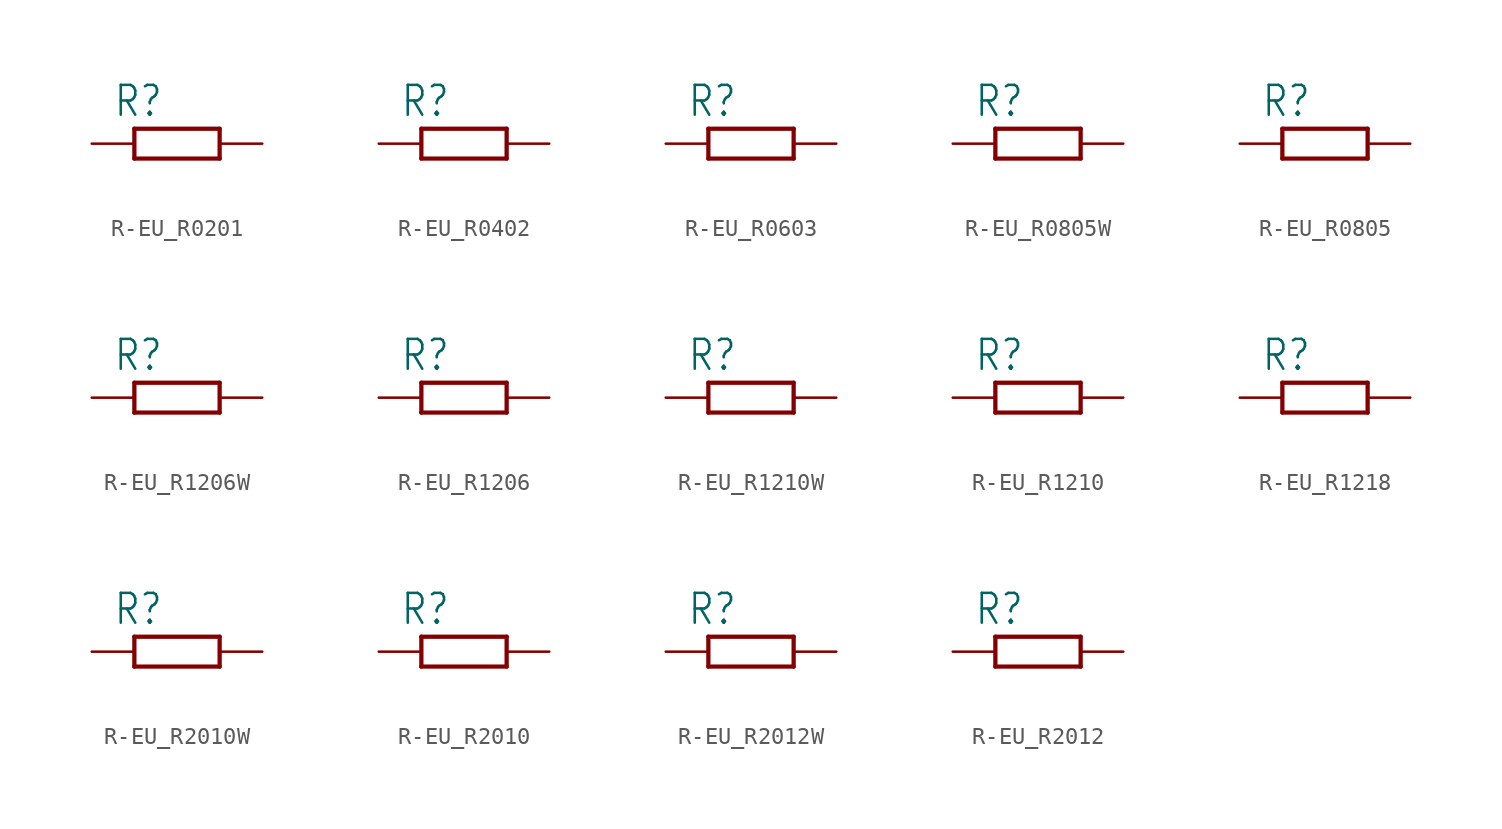
<source format=kicad_sym>
(kicad_symbol_lib
  (version 20241209)
  (generator "kicad_symbol_editor")
  (generator_version "9.0")
  (symbol "R-EU_R0201"
    (property "Reference" "R"
      (at -3.81 1.499 0)
      (effects (font (size 1.778 1.511)) (justify left bottom)))
    (property "Value" ""
      (at -3.81 -3.302 0)
      (effects (font (size 1.778 1.511)) (justify left bottom)))
    (property "ki_locked" ""
      (at 0 0 0)
      (effects (font (size 1.27 1.27))))
    (symbol "R-EU_R0201_1_0"
      (polyline (pts (xy -2.54 -0.889) (xy -2.54 0.889)) (stroke (width 0.254) (type solid)) (fill (type none)))
      (polyline (pts (xy -2.54 -0.889) (xy 2.54 -0.889)) (stroke (width 0.254) (type solid)) (fill (type none)))
      (polyline (pts (xy 2.54 0.889) (xy -2.54 0.889)) (stroke (width 0.254) (type solid)) (fill (type none)))
      (polyline (pts (xy 2.54 -0.889) (xy 2.54 0.889)) (stroke (width 0.254) (type solid)) (fill (type none)))
      (pin passive line (at -5.08 0 0) (length 2.54) (name "1" (effects (font (size 0 0)))) (number "1" (effects (font (size 0 0)))))
      (pin passive line (at 5.08 0 180) (length 2.54) (name "2" (effects (font (size 0 0)))) (number "2" (effects (font (size 0 0)))))))
  (symbol "R-EU_R0402"
    (property "Reference" "R"
      (at -3.81 1.499 0)
      (effects (font (size 1.778 1.511)) (justify left bottom)))
    (property "Value" ""
      (at -3.81 -3.302 0)
      (effects (font (size 1.778 1.511)) (justify left bottom)))
    (property "ki_locked" ""
      (at 0 0 0)
      (effects (font (size 1.27 1.27))))
    (symbol "R-EU_R0402_1_0"
      (polyline (pts (xy -2.54 -0.889) (xy -2.54 0.889)) (stroke (width 0.254) (type solid)) (fill (type none)))
      (polyline (pts (xy -2.54 -0.889) (xy 2.54 -0.889)) (stroke (width 0.254) (type solid)) (fill (type none)))
      (polyline (pts (xy 2.54 0.889) (xy -2.54 0.889)) (stroke (width 0.254) (type solid)) (fill (type none)))
      (polyline (pts (xy 2.54 -0.889) (xy 2.54 0.889)) (stroke (width 0.254) (type solid)) (fill (type none)))
      (pin passive line (at -5.08 0 0) (length 2.54) (name "1" (effects (font (size 0 0)))) (number "1" (effects (font (size 0 0)))))
      (pin passive line (at 5.08 0 180) (length 2.54) (name "2" (effects (font (size 0 0)))) (number "2" (effects (font (size 0 0)))))))
  (symbol "R-EU_R0603"
    (property "Reference" "R"
      (at -3.81 1.499 0)
      (effects (font (size 1.778 1.511)) (justify left bottom)))
    (property "Value" ""
      (at -3.81 -3.302 0)
      (effects (font (size 1.778 1.511)) (justify left bottom)))
    (property "ki_locked" ""
      (at 0 0 0)
      (effects (font (size 1.27 1.27))))
    (symbol "R-EU_R0603_1_0"
      (polyline (pts (xy -2.54 -0.889) (xy -2.54 0.889)) (stroke (width 0.254) (type solid)) (fill (type none)))
      (polyline (pts (xy -2.54 -0.889) (xy 2.54 -0.889)) (stroke (width 0.254) (type solid)) (fill (type none)))
      (polyline (pts (xy 2.54 0.889) (xy -2.54 0.889)) (stroke (width 0.254) (type solid)) (fill (type none)))
      (polyline (pts (xy 2.54 -0.889) (xy 2.54 0.889)) (stroke (width 0.254) (type solid)) (fill (type none)))
      (pin passive line (at -5.08 0 0) (length 2.54) (name "1" (effects (font (size 0 0)))) (number "1" (effects (font (size 0 0)))))
      (pin passive line (at 5.08 0 180) (length 2.54) (name "2" (effects (font (size 0 0)))) (number "2" (effects (font (size 0 0)))))))
  (symbol "R-EU_R0805W"
    (property "Reference" "R"
      (at -3.81 1.499 0)
      (effects (font (size 1.778 1.511)) (justify left bottom)))
    (property "Value" ""
      (at -3.81 -3.302 0)
      (effects (font (size 1.778 1.511)) (justify left bottom)))
    (property "ki_locked" ""
      (at 0 0 0)
      (effects (font (size 1.27 1.27))))
    (symbol "R-EU_R0805W_1_0"
      (polyline (pts (xy -2.54 -0.889) (xy -2.54 0.889)) (stroke (width 0.254) (type solid)) (fill (type none)))
      (polyline (pts (xy -2.54 -0.889) (xy 2.54 -0.889)) (stroke (width 0.254) (type solid)) (fill (type none)))
      (polyline (pts (xy 2.54 0.889) (xy -2.54 0.889)) (stroke (width 0.254) (type solid)) (fill (type none)))
      (polyline (pts (xy 2.54 -0.889) (xy 2.54 0.889)) (stroke (width 0.254) (type solid)) (fill (type none)))
      (pin passive line (at -5.08 0 0) (length 2.54) (name "1" (effects (font (size 0 0)))) (number "1" (effects (font (size 0 0)))))
      (pin passive line (at 5.08 0 180) (length 2.54) (name "2" (effects (font (size 0 0)))) (number "2" (effects (font (size 0 0)))))))
  (symbol "R-EU_R0805"
    (property "Reference" "R"
      (at -3.81 1.499 0)
      (effects (font (size 1.778 1.511)) (justify left bottom)))
    (property "Value" ""
      (at -3.81 -3.302 0)
      (effects (font (size 1.778 1.511)) (justify left bottom)))
    (property "ki_locked" ""
      (at 0 0 0)
      (effects (font (size 1.27 1.27))))
    (symbol "R-EU_R0805_1_0"
      (polyline (pts (xy -2.54 -0.889) (xy -2.54 0.889)) (stroke (width 0.254) (type solid)) (fill (type none)))
      (polyline (pts (xy -2.54 -0.889) (xy 2.54 -0.889)) (stroke (width 0.254) (type solid)) (fill (type none)))
      (polyline (pts (xy 2.54 0.889) (xy -2.54 0.889)) (stroke (width 0.254) (type solid)) (fill (type none)))
      (polyline (pts (xy 2.54 -0.889) (xy 2.54 0.889)) (stroke (width 0.254) (type solid)) (fill (type none)))
      (pin passive line (at -5.08 0 0) (length 2.54) (name "1" (effects (font (size 0 0)))) (number "1" (effects (font (size 0 0)))))
      (pin passive line (at 5.08 0 180) (length 2.54) (name "2" (effects (font (size 0 0)))) (number "2" (effects (font (size 0 0)))))))
  (symbol "R-EU_R1206W"
    (property "Reference" "R"
      (at -3.81 1.499 0)
      (effects (font (size 1.778 1.511)) (justify left bottom)))
    (property "Value" ""
      (at -3.81 -3.302 0)
      (effects (font (size 1.778 1.511)) (justify left bottom)))
    (property "ki_locked" ""
      (at 0 0 0)
      (effects (font (size 1.27 1.27))))
    (symbol "R-EU_R1206W_1_0"
      (polyline (pts (xy -2.54 -0.889) (xy -2.54 0.889)) (stroke (width 0.254) (type solid)) (fill (type none)))
      (polyline (pts (xy -2.54 -0.889) (xy 2.54 -0.889)) (stroke (width 0.254) (type solid)) (fill (type none)))
      (polyline (pts (xy 2.54 0.889) (xy -2.54 0.889)) (stroke (width 0.254) (type solid)) (fill (type none)))
      (polyline (pts (xy 2.54 -0.889) (xy 2.54 0.889)) (stroke (width 0.254) (type solid)) (fill (type none)))
      (pin passive line (at -5.08 0 0) (length 2.54) (name "1" (effects (font (size 0 0)))) (number "1" (effects (font (size 0 0)))))
      (pin passive line (at 5.08 0 180) (length 2.54) (name "2" (effects (font (size 0 0)))) (number "2" (effects (font (size 0 0)))))))
  (symbol "R-EU_R1206"
    (property "Reference" "R"
      (at -3.81 1.499 0)
      (effects (font (size 1.778 1.511)) (justify left bottom)))
    (property "Value" ""
      (at -3.81 -3.302 0)
      (effects (font (size 1.778 1.511)) (justify left bottom)))
    (property "ki_locked" ""
      (at 0 0 0)
      (effects (font (size 1.27 1.27))))
    (symbol "R-EU_R1206_1_0"
      (polyline (pts (xy -2.54 -0.889) (xy -2.54 0.889)) (stroke (width 0.254) (type solid)) (fill (type none)))
      (polyline (pts (xy -2.54 -0.889) (xy 2.54 -0.889)) (stroke (width 0.254) (type solid)) (fill (type none)))
      (polyline (pts (xy 2.54 0.889) (xy -2.54 0.889)) (stroke (width 0.254) (type solid)) (fill (type none)))
      (polyline (pts (xy 2.54 -0.889) (xy 2.54 0.889)) (stroke (width 0.254) (type solid)) (fill (type none)))
      (pin passive line (at -5.08 0 0) (length 2.54) (name "1" (effects (font (size 0 0)))) (number "1" (effects (font (size 0 0)))))
      (pin passive line (at 5.08 0 180) (length 2.54) (name "2" (effects (font (size 0 0)))) (number "2" (effects (font (size 0 0)))))))
  (symbol "R-EU_R1210W"
    (property "Reference" "R"
      (at -3.81 1.499 0)
      (effects (font (size 1.778 1.511)) (justify left bottom)))
    (property "Value" ""
      (at -3.81 -3.302 0)
      (effects (font (size 1.778 1.511)) (justify left bottom)))
    (property "ki_locked" ""
      (at 0 0 0)
      (effects (font (size 1.27 1.27))))
    (symbol "R-EU_R1210W_1_0"
      (polyline (pts (xy -2.54 -0.889) (xy -2.54 0.889)) (stroke (width 0.254) (type solid)) (fill (type none)))
      (polyline (pts (xy -2.54 -0.889) (xy 2.54 -0.889)) (stroke (width 0.254) (type solid)) (fill (type none)))
      (polyline (pts (xy 2.54 0.889) (xy -2.54 0.889)) (stroke (width 0.254) (type solid)) (fill (type none)))
      (polyline (pts (xy 2.54 -0.889) (xy 2.54 0.889)) (stroke (width 0.254) (type solid)) (fill (type none)))
      (pin passive line (at -5.08 0 0) (length 2.54) (name "1" (effects (font (size 0 0)))) (number "1" (effects (font (size 0 0)))))
      (pin passive line (at 5.08 0 180) (length 2.54) (name "2" (effects (font (size 0 0)))) (number "2" (effects (font (size 0 0)))))))
  (symbol "R-EU_R1210"
    (property "Reference" "R"
      (at -3.81 1.499 0)
      (effects (font (size 1.778 1.511)) (justify left bottom)))
    (property "Value" ""
      (at -3.81 -3.302 0)
      (effects (font (size 1.778 1.511)) (justify left bottom)))
    (property "ki_locked" ""
      (at 0 0 0)
      (effects (font (size 1.27 1.27))))
    (symbol "R-EU_R1210_1_0"
      (polyline (pts (xy -2.54 -0.889) (xy -2.54 0.889)) (stroke (width 0.254) (type solid)) (fill (type none)))
      (polyline (pts (xy -2.54 -0.889) (xy 2.54 -0.889)) (stroke (width 0.254) (type solid)) (fill (type none)))
      (polyline (pts (xy 2.54 0.889) (xy -2.54 0.889)) (stroke (width 0.254) (type solid)) (fill (type none)))
      (polyline (pts (xy 2.54 -0.889) (xy 2.54 0.889)) (stroke (width 0.254) (type solid)) (fill (type none)))
      (pin passive line (at -5.08 0 0) (length 2.54) (name "1" (effects (font (size 0 0)))) (number "1" (effects (font (size 0 0)))))
      (pin passive line (at 5.08 0 180) (length 2.54) (name "2" (effects (font (size 0 0)))) (number "2" (effects (font (size 0 0)))))))
  (symbol "R-EU_R1218"
    (property "Reference" "R"
      (at -3.81 1.499 0)
      (effects (font (size 1.778 1.511)) (justify left bottom)))
    (property "Value" ""
      (at -3.81 -3.302 0)
      (effects (font (size 1.778 1.511)) (justify left bottom)))
    (property "ki_locked" ""
      (at 0 0 0)
      (effects (font (size 1.27 1.27))))
    (symbol "R-EU_R1218_1_0"
      (polyline (pts (xy -2.54 -0.889) (xy -2.54 0.889)) (stroke (width 0.254) (type solid)) (fill (type none)))
      (polyline (pts (xy -2.54 -0.889) (xy 2.54 -0.889)) (stroke (width 0.254) (type solid)) (fill (type none)))
      (polyline (pts (xy 2.54 0.889) (xy -2.54 0.889)) (stroke (width 0.254) (type solid)) (fill (type none)))
      (polyline (pts (xy 2.54 -0.889) (xy 2.54 0.889)) (stroke (width 0.254) (type solid)) (fill (type none)))
      (pin passive line (at -5.08 0 0) (length 2.54) (name "1" (effects (font (size 0 0)))) (number "1" (effects (font (size 0 0)))))
      (pin passive line (at 5.08 0 180) (length 2.54) (name "2" (effects (font (size 0 0)))) (number "2" (effects (font (size 0 0)))))))
  (symbol "R-EU_R2010W"
    (property "Reference" "R"
      (at -3.81 1.499 0)
      (effects (font (size 1.778 1.511)) (justify left bottom)))
    (property "Value" ""
      (at -3.81 -3.302 0)
      (effects (font (size 1.778 1.511)) (justify left bottom)))
    (property "ki_locked" ""
      (at 0 0 0)
      (effects (font (size 1.27 1.27))))
    (symbol "R-EU_R2010W_1_0"
      (polyline (pts (xy -2.54 -0.889) (xy -2.54 0.889)) (stroke (width 0.254) (type solid)) (fill (type none)))
      (polyline (pts (xy -2.54 -0.889) (xy 2.54 -0.889)) (stroke (width 0.254) (type solid)) (fill (type none)))
      (polyline (pts (xy 2.54 0.889) (xy -2.54 0.889)) (stroke (width 0.254) (type solid)) (fill (type none)))
      (polyline (pts (xy 2.54 -0.889) (xy 2.54 0.889)) (stroke (width 0.254) (type solid)) (fill (type none)))
      (pin passive line (at -5.08 0 0) (length 2.54) (name "1" (effects (font (size 0 0)))) (number "1" (effects (font (size 0 0)))))
      (pin passive line (at 5.08 0 180) (length 2.54) (name "2" (effects (font (size 0 0)))) (number "2" (effects (font (size 0 0)))))))
  (symbol "R-EU_R2010"
    (property "Reference" "R"
      (at -3.81 1.499 0)
      (effects (font (size 1.778 1.511)) (justify left bottom)))
    (property "Value" ""
      (at -3.81 -3.302 0)
      (effects (font (size 1.778 1.511)) (justify left bottom)))
    (property "ki_locked" ""
      (at 0 0 0)
      (effects (font (size 1.27 1.27))))
    (symbol "R-EU_R2010_1_0"
      (polyline (pts (xy -2.54 -0.889) (xy -2.54 0.889)) (stroke (width 0.254) (type solid)) (fill (type none)))
      (polyline (pts (xy -2.54 -0.889) (xy 2.54 -0.889)) (stroke (width 0.254) (type solid)) (fill (type none)))
      (polyline (pts (xy 2.54 0.889) (xy -2.54 0.889)) (stroke (width 0.254) (type solid)) (fill (type none)))
      (polyline (pts (xy 2.54 -0.889) (xy 2.54 0.889)) (stroke (width 0.254) (type solid)) (fill (type none)))
      (pin passive line (at -5.08 0 0) (length 2.54) (name "1" (effects (font (size 0 0)))) (number "1" (effects (font (size 0 0)))))
      (pin passive line (at 5.08 0 180) (length 2.54) (name "2" (effects (font (size 0 0)))) (number "2" (effects (font (size 0 0)))))))
  (symbol "R-EU_R2012W"
    (property "Reference" "R"
      (at -3.81 1.499 0)
      (effects (font (size 1.778 1.511)) (justify left bottom)))
    (property "Value" ""
      (at -3.81 -3.302 0)
      (effects (font (size 1.778 1.511)) (justify left bottom)))
    (property "ki_locked" ""
      (at 0 0 0)
      (effects (font (size 1.27 1.27))))
    (symbol "R-EU_R2012W_1_0"
      (polyline (pts (xy -2.54 -0.889) (xy -2.54 0.889)) (stroke (width 0.254) (type solid)) (fill (type none)))
      (polyline (pts (xy -2.54 -0.889) (xy 2.54 -0.889)) (stroke (width 0.254) (type solid)) (fill (type none)))
      (polyline (pts (xy 2.54 0.889) (xy -2.54 0.889)) (stroke (width 0.254) (type solid)) (fill (type none)))
      (polyline (pts (xy 2.54 -0.889) (xy 2.54 0.889)) (stroke (width 0.254) (type solid)) (fill (type none)))
      (pin passive line (at -5.08 0 0) (length 2.54) (name "1" (effects (font (size 0 0)))) (number "1" (effects (font (size 0 0)))))
      (pin passive line (at 5.08 0 180) (length 2.54) (name "2" (effects (font (size 0 0)))) (number "2" (effects (font (size 0 0)))))))
  (symbol "R-EU_R2012"
    (property "Reference" "R"
      (at -3.81 1.499 0)
      (effects (font (size 1.778 1.511)) (justify left bottom)))
    (property "Value" ""
      (at -3.81 -3.302 0)
      (effects (font (size 1.778 1.511)) (justify left bottom)))
    (property "ki_locked" ""
      (at 0 0 0)
      (effects (font (size 1.27 1.27))))
    (symbol "R-EU_R2012_1_0"
      (polyline (pts (xy -2.54 -0.889) (xy -2.54 0.889)) (stroke (width 0.254) (type solid)) (fill (type none)))
      (polyline (pts (xy -2.54 -0.889) (xy 2.54 -0.889)) (stroke (width 0.254) (type solid)) (fill (type none)))
      (polyline (pts (xy 2.54 0.889) (xy -2.54 0.889)) (stroke (width 0.254) (type solid)) (fill (type none)))
      (polyline (pts (xy 2.54 -0.889) (xy 2.54 0.889)) (stroke (width 0.254) (type solid)) (fill (type none)))
      (pin passive line (at -5.08 0 0) (length 2.54) (name "1" (effects (font (size 0 0)))) (number "1" (effects (font (size 0 0)))))
      (pin passive line (at 5.08 0 180) (length 2.54) (name "2" (effects (font (size 0 0)))) (number "2" (effects (font (size 0 0))))))))
</source>
